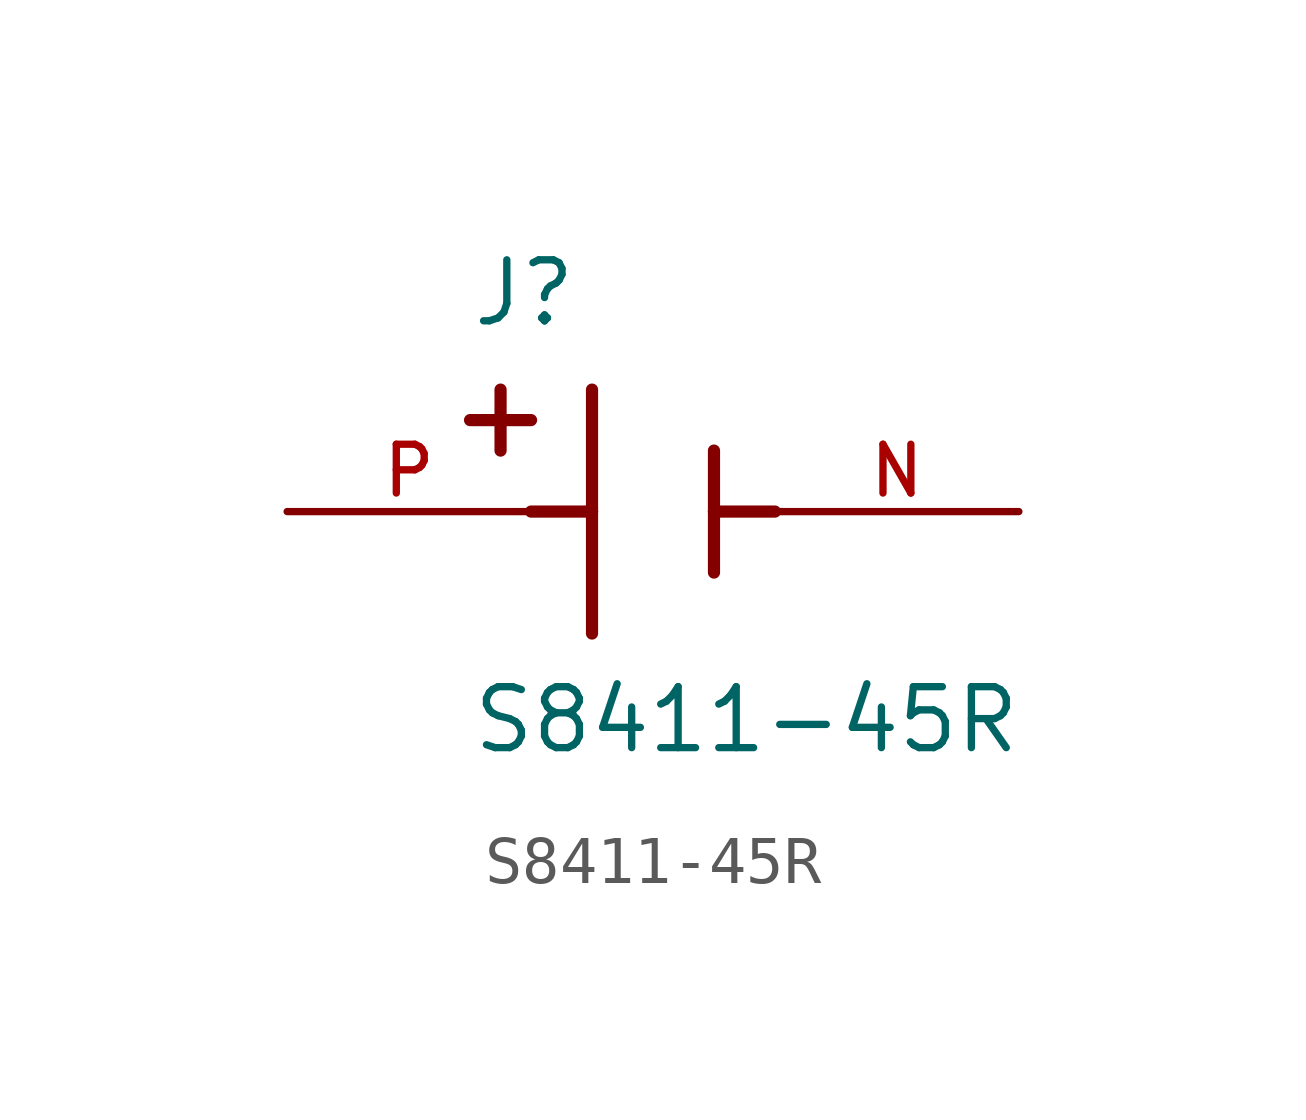
<source format=kicad_sym>
(kicad_symbol_lib
  (version 20211014)
  (generator kicad_symbol_editor)
  (symbol "S8411-45R"
    (pin_names
      (offset 1.016))
    (property "Reference" "J"
      (at -3.81 3.81 0)
      (effects (font (size 1.27 1.27)) (justify bottom left)))
    (property "Value" "S8411-45R"
      (at -3.81 -5.08 0)
      (effects (font (size 1.27 1.27)) (justify bottom left)))
    (symbol "S8411-45R_0_0"
      (polyline (pts (xy -1.27 2.54) (xy -1.27 0.0)) (stroke (width 0.254)))
      (polyline (pts (xy -1.27 0.0) (xy -1.27 -2.54)) (stroke (width 0.254)))
      (polyline (pts (xy 1.27 1.27) (xy 1.27 0.0)) (stroke (width 0.254)))
      (polyline (pts (xy 1.27 0.0) (xy 1.27 -1.27)) (stroke (width 0.254)))
      (polyline (pts (xy -1.27 0.0) (xy -2.54 0.0)) (stroke (width 0.254)))
      (polyline (pts (xy 1.27 0.0) (xy 2.54 0.0)) (stroke (width 0.254)))
      (polyline (pts (xy -3.175 2.54) (xy -3.175 1.27)) (stroke (width 0.254)))
      (polyline (pts (xy -3.81 1.905) (xy -2.54 1.905)) (stroke (width 0.254)))
      (pin passive line (at -7.62 0.0 0) (length 5.08) (name "~" (effects (font (size 1.016 1.016)))) (number "P" (effects (font (size 1.016 1.016)))))
      (pin passive line (at 7.62 0.0 180.0) (length 5.08) (name "~" (effects (font (size 1.016 1.016)))) (number "N" (effects (font (size 1.016 1.016))))))))
</source>
